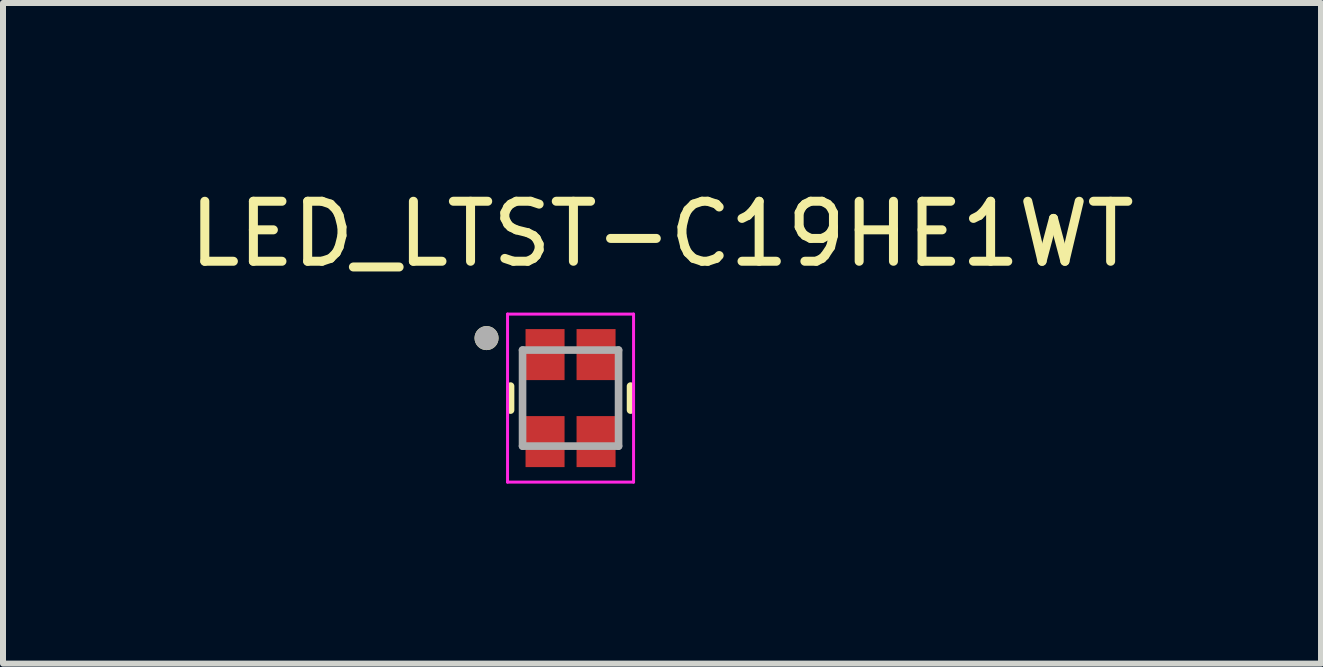
<source format=kicad_pcb>
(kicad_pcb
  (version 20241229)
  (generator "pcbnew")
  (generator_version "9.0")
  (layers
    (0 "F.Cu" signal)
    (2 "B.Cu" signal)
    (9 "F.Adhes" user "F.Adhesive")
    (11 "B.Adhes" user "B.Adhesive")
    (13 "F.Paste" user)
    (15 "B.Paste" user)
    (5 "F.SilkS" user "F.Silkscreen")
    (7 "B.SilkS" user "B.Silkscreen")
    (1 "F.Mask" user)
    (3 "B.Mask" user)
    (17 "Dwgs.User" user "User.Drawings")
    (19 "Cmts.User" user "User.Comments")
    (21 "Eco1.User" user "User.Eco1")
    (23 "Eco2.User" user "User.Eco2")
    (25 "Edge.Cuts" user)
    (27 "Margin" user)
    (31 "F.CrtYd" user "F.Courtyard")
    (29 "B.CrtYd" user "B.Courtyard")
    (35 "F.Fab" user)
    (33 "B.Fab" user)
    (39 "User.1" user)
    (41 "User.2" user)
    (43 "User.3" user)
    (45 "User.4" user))
  (footprint "LED_LTST-C19HE1WT"
    (layer "F.Cu")
    (at 6.458 3.584)
    (property "Reference" "LED_LTST-C19HE1WT" (at 1.524 -2.735 0) (layer "F.SilkS") (effects (font (size 1 1) (thickness 0.15))))
    (attr through_hole)
    (fp_line (start -1 -0.2) (end -1 0.2) (stroke (width 0.127) (type solid)) (layer "F.SilkS"))
    (fp_line (start 1 -0.2) (end 1 0.2) (stroke (width 0.127) (type solid)) (layer "F.SilkS"))
    (fp_circle (center -1.4 -1) (end -1.3 -1) (stroke (width 0.2) (type solid)) (fill no) (layer "F.SilkS"))
    (fp_line (start -1.05 -1.4) (end 1.05 -1.4) (stroke (width 0.05) (type solid)) (layer "F.CrtYd"))
    (fp_line (start -1.05 1.4) (end -1.05 -1.4) (stroke (width 0.05) (type solid)) (layer "F.CrtYd"))
    (fp_line (start 1.05 -1.4) (end 1.05 1.4) (stroke (width 0.05) (type solid)) (layer "F.CrtYd"))
    (fp_line (start 1.05 1.4) (end -1.05 1.4) (stroke (width 0.05) (type solid)) (layer "F.CrtYd"))
    (fp_line (start -0.8 -0.8) (end -0.8 0.8) (stroke (width 0.127) (type solid)) (layer "F.Fab"))
    (fp_line (start -0.8 -0.8) (end 0.8 -0.8) (stroke (width 0.127) (type solid)) (layer "F.Fab"))
    (fp_line (start 0.8 -0.8) (end 0.8 0.8) (stroke (width 0.127) (type solid)) (layer "F.Fab"))
    (fp_line (start 0.8 0.8) (end -0.8 0.8) (stroke (width 0.127) (type solid)) (layer "F.Fab"))
    (fp_circle (center -1.4 -1) (end -1.3 -1) (stroke (width 0.2) (type solid)) (fill no) (layer "F.Fab"))
    (pad "1" smd rect (at -0.425 -0.725) (size 0.65 0.85) (layers "F.Cu" "F.Mask" "F.Paste"))
    (pad "2" smd rect (at 0.425 -0.725) (size 0.65 0.85) (layers "F.Cu" "F.Mask" "F.Paste"))
    (pad "3" smd rect (at 0.425 0.725) (size 0.65 0.85) (layers "F.Cu" "F.Mask" "F.Paste"))
    (pad "4" smd rect (at -0.425 0.725) (size 0.65 0.85) (layers "F.Cu" "F.Mask" "F.Paste")))
  (gr_rect
    (start -3 -3)
    (end 18.964 8.009)
    (stroke (width 0.1) (type default))
    (fill no)
    (layer "Edge.Cuts")))
</source>
